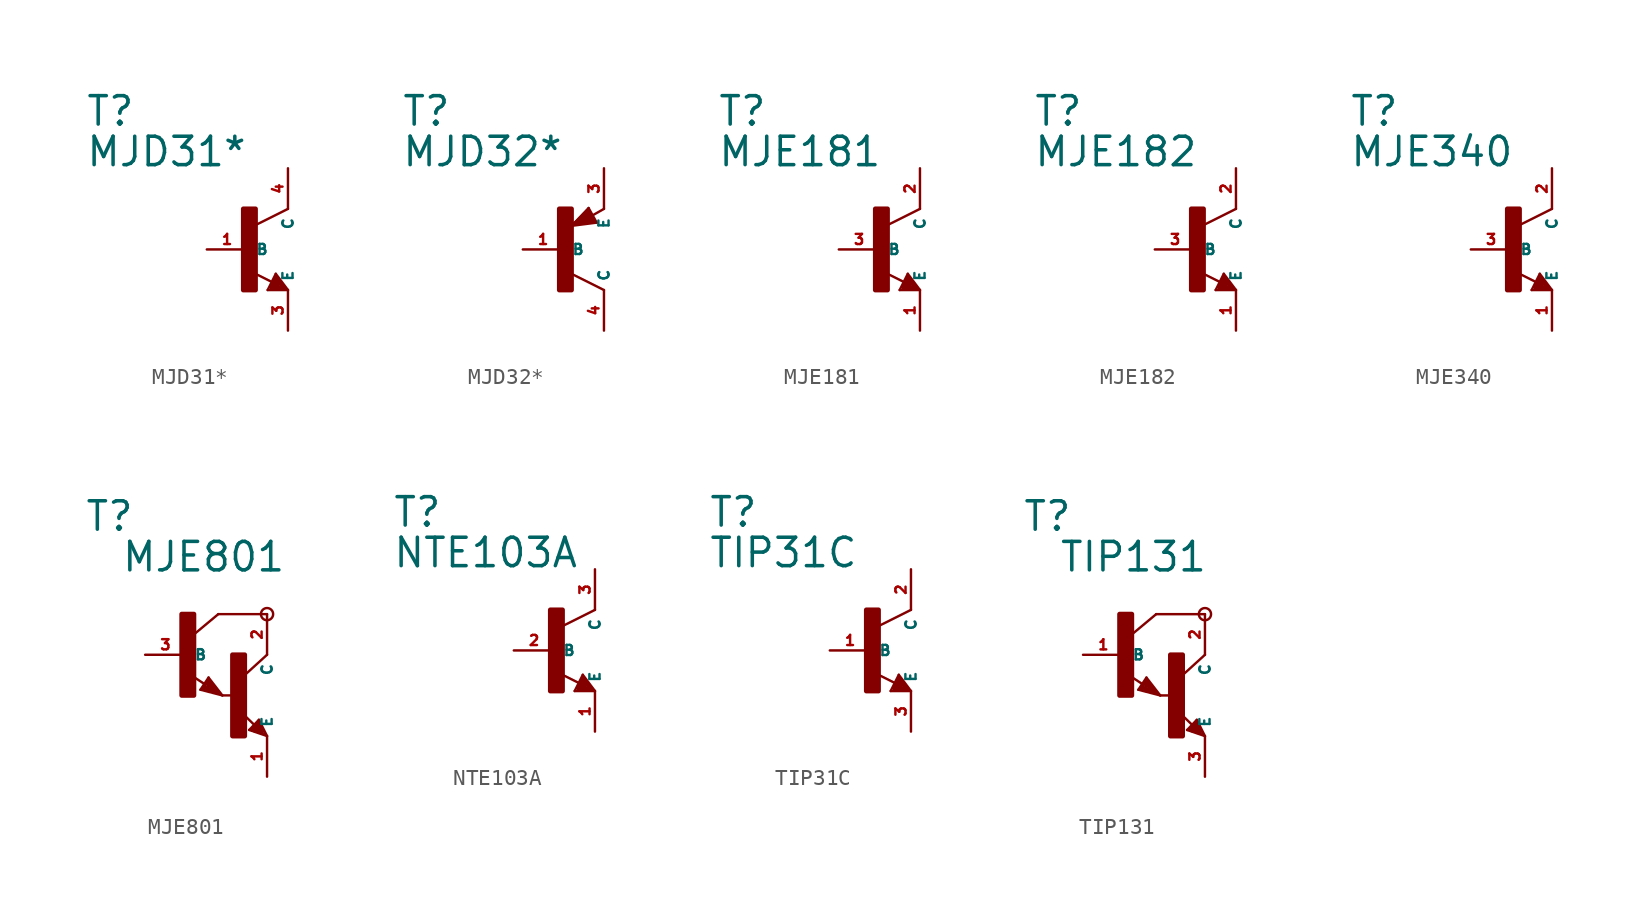
<source format=kicad_sym>
(kicad_symbol_lib
  (version 20220914)
  (generator Eagle2Kicad)
  (symbol "MJD31*"
    (property "Reference" "T"
      (at -10.16 7.62 0)
      (effects (font (size 1.778 1.778) (thickness 0.22)) (justify left bottom)))
    (property "Value" "MJD31*"
      (at -10.16 5.08 0)
      (effects (font (size 1.778 1.778) (thickness 0.22)) (justify left bottom)))
    (polyline
      (pts (xy 2.54 2.54) (xy 0.508 1.524))
      (stroke (width 0.152) (type default))
      (fill (type none)))
    (polyline
      (pts (xy 1.778 -1.524) (xy 2.54 -2.54))
      (stroke (width 0.152) (type default))
      (fill (type none)))
    (polyline
      (pts (xy 2.54 -2.54) (xy 1.27 -2.54))
      (stroke (width 0.152) (type default))
      (fill (type none)))
    (polyline
      (pts (xy 1.27 -2.54) (xy 1.778 -1.524))
      (stroke (width 0.152) (type default))
      (fill (type none)))
    (polyline
      (pts (xy 1.54 -2.04) (xy 0.308 -1.424))
      (stroke (width 0.152) (type default))
      (fill (type none)))
    (polyline
      (pts (xy 1.524 -2.413) (xy 2.286 -2.413))
      (stroke (width 0.254) (type default))
      (fill (type none)))
    (polyline
      (pts (xy 2.286 -2.413) (xy 1.778 -1.778))
      (stroke (width 0.254) (type default))
      (fill (type none)))
    (polyline
      (pts (xy 1.778 -1.778) (xy 1.524 -2.286))
      (stroke (width 0.254) (type default))
      (fill (type none)))
    (polyline
      (pts (xy 1.524 -2.286) (xy 1.905 -2.286))
      (stroke (width 0.254) (type default))
      (fill (type none)))
    (polyline
      (pts (xy 1.905 -2.286) (xy 1.778 -2.032))
      (stroke (width 0.254) (type default))
      (fill (type none)))
    (rectangle
      (start -0.254 -2.54)
      (end 0.508 2.54)
      (stroke (width 0.3) (type default))
      (fill (type outline)))
    (pin passive line
      (at -2.54 0 0)
      (length 2.54)
      (name "B" (effects (font (size 0.635 0.635) (thickness 0.08)) (justify left bottom)))
      (number "1" (effects (font (size 0.635 0.635) (thickness 0.08)) (justify left bottom))))
    (pin passive line
      (at 2.54 -5.08 90)
      (length 2.54)
      (name "E" (effects (font (size 0.635 0.635) (thickness 0.08)) (justify left bottom)))
      (number "3" (effects (font (size 0.635 0.635) (thickness 0.08)) (justify left bottom))))
    (pin passive line
      (at 2.54 5.08 270)
      (length 2.54)
      (name "C" (effects (font (size 0.635 0.635) (thickness 0.08)) (justify left bottom)))
      (number "4" (effects (font (size 0.635 0.635) (thickness 0.08)) (justify left bottom)))))
  (symbol "MJD32*"
    (property "Reference" "T"
      (at -10.16 7.62 0)
      (effects (font (size 1.778 1.778) (thickness 0.22)) (justify left bottom)))
    (property "Value" "MJD32*"
      (at -10.16 5.08 0)
      (effects (font (size 1.778 1.778) (thickness 0.22)) (justify left bottom)))
    (polyline
      (pts (xy 2.086 1.678) (xy 1.578 2.594))
      (stroke (width 0.152) (type default))
      (fill (type none)))
    (polyline
      (pts (xy 1.578 2.594) (xy 0.516 1.478))
      (stroke (width 0.152) (type default))
      (fill (type none)))
    (polyline
      (pts (xy 0.516 1.478) (xy 2.086 1.678))
      (stroke (width 0.152) (type default))
      (fill (type none)))
    (polyline
      (pts (xy 2.54 2.54) (xy 1.808 2.124))
      (stroke (width 0.152) (type default))
      (fill (type none)))
    (polyline
      (pts (xy 2.54 -2.54) (xy 0.508 -1.524))
      (stroke (width 0.152) (type default))
      (fill (type none)))
    (polyline
      (pts (xy 1.905 1.778) (xy 1.524 2.413))
      (stroke (width 0.254) (type default))
      (fill (type none)))
    (polyline
      (pts (xy 1.524 2.413) (xy 0.762 1.651))
      (stroke (width 0.254) (type default))
      (fill (type none)))
    (polyline
      (pts (xy 0.762 1.651) (xy 1.778 1.778))
      (stroke (width 0.254) (type default))
      (fill (type none)))
    (polyline
      (pts (xy 1.778 1.778) (xy 1.524 2.159))
      (stroke (width 0.254) (type default))
      (fill (type none)))
    (polyline
      (pts (xy 1.524 2.159) (xy 1.143 1.905))
      (stroke (width 0.254) (type default))
      (fill (type none)))
    (polyline
      (pts (xy 1.143 1.905) (xy 1.524 1.905))
      (stroke (width 0.254) (type default))
      (fill (type none)))
    (rectangle
      (start -0.254 -2.54)
      (end 0.508 2.54)
      (stroke (width 0.3) (type default))
      (fill (type outline)))
    (pin passive line
      (at -2.54 0 0)
      (length 2.54)
      (name "B" (effects (font (size 0.635 0.635) (thickness 0.08)) (justify left bottom)))
      (number "1" (effects (font (size 0.635 0.635) (thickness 0.08)) (justify left bottom))))
    (pin passive line
      (at 2.54 5.08 270)
      (length 2.54)
      (name "E" (effects (font (size 0.635 0.635) (thickness 0.08)) (justify left bottom)))
      (number "3" (effects (font (size 0.635 0.635) (thickness 0.08)) (justify left bottom))))
    (pin passive line
      (at 2.54 -5.08 90)
      (length 2.54)
      (name "C" (effects (font (size 0.635 0.635) (thickness 0.08)) (justify left bottom)))
      (number "4" (effects (font (size 0.635 0.635) (thickness 0.08)) (justify left bottom)))))
  (symbol "MJE181"
    (property "Reference" "T"
      (at -10.16 7.62 0)
      (effects (font (size 1.778 1.778) (thickness 0.22)) (justify left bottom)))
    (property "Value" "MJE181"
      (at -10.16 5.08 0)
      (effects (font (size 1.778 1.778) (thickness 0.22)) (justify left bottom)))
    (polyline
      (pts (xy 2.54 2.54) (xy 0.508 1.524))
      (stroke (width 0.152) (type default))
      (fill (type none)))
    (polyline
      (pts (xy 1.778 -1.524) (xy 2.54 -2.54))
      (stroke (width 0.152) (type default))
      (fill (type none)))
    (polyline
      (pts (xy 2.54 -2.54) (xy 1.27 -2.54))
      (stroke (width 0.152) (type default))
      (fill (type none)))
    (polyline
      (pts (xy 1.27 -2.54) (xy 1.778 -1.524))
      (stroke (width 0.152) (type default))
      (fill (type none)))
    (polyline
      (pts (xy 1.54 -2.04) (xy 0.308 -1.424))
      (stroke (width 0.152) (type default))
      (fill (type none)))
    (polyline
      (pts (xy 1.524 -2.413) (xy 2.286 -2.413))
      (stroke (width 0.254) (type default))
      (fill (type none)))
    (polyline
      (pts (xy 2.286 -2.413) (xy 1.778 -1.778))
      (stroke (width 0.254) (type default))
      (fill (type none)))
    (polyline
      (pts (xy 1.778 -1.778) (xy 1.524 -2.286))
      (stroke (width 0.254) (type default))
      (fill (type none)))
    (polyline
      (pts (xy 1.524 -2.286) (xy 1.905 -2.286))
      (stroke (width 0.254) (type default))
      (fill (type none)))
    (polyline
      (pts (xy 1.905 -2.286) (xy 1.778 -2.032))
      (stroke (width 0.254) (type default))
      (fill (type none)))
    (rectangle
      (start -0.254 -2.54)
      (end 0.508 2.54)
      (stroke (width 0.3) (type default))
      (fill (type outline)))
    (pin passive line
      (at -2.54 0 0)
      (length 2.54)
      (name "B" (effects (font (size 0.635 0.635) (thickness 0.08)) (justify left bottom)))
      (number "3" (effects (font (size 0.635 0.635) (thickness 0.08)) (justify left bottom))))
    (pin passive line
      (at 2.54 -5.08 90)
      (length 2.54)
      (name "E" (effects (font (size 0.635 0.635) (thickness 0.08)) (justify left bottom)))
      (number "1" (effects (font (size 0.635 0.635) (thickness 0.08)) (justify left bottom))))
    (pin passive line
      (at 2.54 5.08 270)
      (length 2.54)
      (name "C" (effects (font (size 0.635 0.635) (thickness 0.08)) (justify left bottom)))
      (number "2" (effects (font (size 0.635 0.635) (thickness 0.08)) (justify left bottom)))))
  (symbol "MJE182"
    (property "Reference" "T"
      (at -10.16 7.62 0)
      (effects (font (size 1.778 1.778) (thickness 0.22)) (justify left bottom)))
    (property "Value" "MJE182"
      (at -10.16 5.08 0)
      (effects (font (size 1.778 1.778) (thickness 0.22)) (justify left bottom)))
    (polyline
      (pts (xy 2.54 2.54) (xy 0.508 1.524))
      (stroke (width 0.152) (type default))
      (fill (type none)))
    (polyline
      (pts (xy 1.778 -1.524) (xy 2.54 -2.54))
      (stroke (width 0.152) (type default))
      (fill (type none)))
    (polyline
      (pts (xy 2.54 -2.54) (xy 1.27 -2.54))
      (stroke (width 0.152) (type default))
      (fill (type none)))
    (polyline
      (pts (xy 1.27 -2.54) (xy 1.778 -1.524))
      (stroke (width 0.152) (type default))
      (fill (type none)))
    (polyline
      (pts (xy 1.54 -2.04) (xy 0.308 -1.424))
      (stroke (width 0.152) (type default))
      (fill (type none)))
    (polyline
      (pts (xy 1.524 -2.413) (xy 2.286 -2.413))
      (stroke (width 0.254) (type default))
      (fill (type none)))
    (polyline
      (pts (xy 2.286 -2.413) (xy 1.778 -1.778))
      (stroke (width 0.254) (type default))
      (fill (type none)))
    (polyline
      (pts (xy 1.778 -1.778) (xy 1.524 -2.286))
      (stroke (width 0.254) (type default))
      (fill (type none)))
    (polyline
      (pts (xy 1.524 -2.286) (xy 1.905 -2.286))
      (stroke (width 0.254) (type default))
      (fill (type none)))
    (polyline
      (pts (xy 1.905 -2.286) (xy 1.778 -2.032))
      (stroke (width 0.254) (type default))
      (fill (type none)))
    (rectangle
      (start -0.254 -2.54)
      (end 0.508 2.54)
      (stroke (width 0.3) (type default))
      (fill (type outline)))
    (pin passive line
      (at -2.54 0 0)
      (length 2.54)
      (name "B" (effects (font (size 0.635 0.635) (thickness 0.08)) (justify left bottom)))
      (number "3" (effects (font (size 0.635 0.635) (thickness 0.08)) (justify left bottom))))
    (pin passive line
      (at 2.54 -5.08 90)
      (length 2.54)
      (name "E" (effects (font (size 0.635 0.635) (thickness 0.08)) (justify left bottom)))
      (number "1" (effects (font (size 0.635 0.635) (thickness 0.08)) (justify left bottom))))
    (pin passive line
      (at 2.54 5.08 270)
      (length 2.54)
      (name "C" (effects (font (size 0.635 0.635) (thickness 0.08)) (justify left bottom)))
      (number "2" (effects (font (size 0.635 0.635) (thickness 0.08)) (justify left bottom)))))
  (symbol "MJE340"
    (property "Reference" "T"
      (at -10.16 7.62 0)
      (effects (font (size 1.778 1.778) (thickness 0.22)) (justify left bottom)))
    (property "Value" "MJE340"
      (at -10.16 5.08 0)
      (effects (font (size 1.778 1.778) (thickness 0.22)) (justify left bottom)))
    (polyline
      (pts (xy 2.54 2.54) (xy 0.508 1.524))
      (stroke (width 0.152) (type default))
      (fill (type none)))
    (polyline
      (pts (xy 1.778 -1.524) (xy 2.54 -2.54))
      (stroke (width 0.152) (type default))
      (fill (type none)))
    (polyline
      (pts (xy 2.54 -2.54) (xy 1.27 -2.54))
      (stroke (width 0.152) (type default))
      (fill (type none)))
    (polyline
      (pts (xy 1.27 -2.54) (xy 1.778 -1.524))
      (stroke (width 0.152) (type default))
      (fill (type none)))
    (polyline
      (pts (xy 1.54 -2.04) (xy 0.308 -1.424))
      (stroke (width 0.152) (type default))
      (fill (type none)))
    (polyline
      (pts (xy 1.524 -2.413) (xy 2.286 -2.413))
      (stroke (width 0.254) (type default))
      (fill (type none)))
    (polyline
      (pts (xy 2.286 -2.413) (xy 1.778 -1.778))
      (stroke (width 0.254) (type default))
      (fill (type none)))
    (polyline
      (pts (xy 1.778 -1.778) (xy 1.524 -2.286))
      (stroke (width 0.254) (type default))
      (fill (type none)))
    (polyline
      (pts (xy 1.524 -2.286) (xy 1.905 -2.286))
      (stroke (width 0.254) (type default))
      (fill (type none)))
    (polyline
      (pts (xy 1.905 -2.286) (xy 1.778 -2.032))
      (stroke (width 0.254) (type default))
      (fill (type none)))
    (rectangle
      (start -0.254 -2.54)
      (end 0.508 2.54)
      (stroke (width 0.3) (type default))
      (fill (type outline)))
    (pin passive line
      (at -2.54 0 0)
      (length 2.54)
      (name "B" (effects (font (size 0.635 0.635) (thickness 0.08)) (justify left bottom)))
      (number "3" (effects (font (size 0.635 0.635) (thickness 0.08)) (justify left bottom))))
    (pin passive line
      (at 2.54 -5.08 90)
      (length 2.54)
      (name "E" (effects (font (size 0.635 0.635) (thickness 0.08)) (justify left bottom)))
      (number "1" (effects (font (size 0.635 0.635) (thickness 0.08)) (justify left bottom))))
    (pin passive line
      (at 2.54 5.08 270)
      (length 2.54)
      (name "C" (effects (font (size 0.635 0.635) (thickness 0.08)) (justify left bottom)))
      (number "2" (effects (font (size 0.635 0.635) (thickness 0.08)) (justify left bottom)))))
  (symbol "MJE801"
    (property "Reference" "T"
      (at -6.35 7.62 0)
      (effects (font (size 1.778 1.778) (thickness 0.22)) (justify left bottom)))
    (property "Value" "MJE801"
      (at -4.064 5.08 0)
      (effects (font (size 1.778 1.778) (thickness 0.22)) (justify left bottom)))
    (polyline
      (pts (xy 5.08 2.54) (xy 2.032 2.54))
      (stroke (width 0.152) (type default))
      (fill (type none)))
    (polyline
      (pts (xy 1.424 -1.424) (xy 2.286 -2.54))
      (stroke (width 0.152) (type default))
      (fill (type none)))
    (polyline
      (pts (xy 2.921 -2.54) (xy 2.286 -2.54))
      (stroke (width 0.152) (type default))
      (fill (type none)))
    (polyline
      (pts (xy 0.916 -2.186) (xy 1.424 -1.424))
      (stroke (width 0.152) (type default))
      (fill (type none)))
    (polyline
      (pts (xy 2.286 -2.54) (xy 0.916 -2.186))
      (stroke (width 0.152) (type default))
      (fill (type none)))
    (polyline
      (pts (xy 2.032 2.54) (xy 0.508 1.27))
      (stroke (width 0.152) (type default))
      (fill (type none)))
    (polyline
      (pts (xy 5.08 0) (xy 3.683 -1.27))
      (stroke (width 0.152) (type default))
      (fill (type none)))
    (polyline
      (pts (xy 5.08 -5.08) (xy 3.964 -4.699))
      (stroke (width 0.152) (type default))
      (fill (type none)))
    (polyline
      (pts (xy 4.572 -4.064) (xy 5.08 -5.08))
      (stroke (width 0.152) (type default))
      (fill (type none)))
    (polyline
      (pts (xy 3.964 -4.699) (xy 4.572 -4.064))
      (stroke (width 0.152) (type default))
      (fill (type none)))
    (polyline
      (pts (xy 1.186 -1.84) (xy 0.208 -1.197))
      (stroke (width 0.152) (type default))
      (fill (type none)))
    (polyline
      (pts (xy 4.28 -4.38) (xy 3.483 -3.61))
      (stroke (width 0.152) (type default))
      (fill (type none)))
    (polyline
      (pts (xy 2.159 -2.413) (xy 1.397 -1.524))
      (stroke (width 0.127) (type default))
      (fill (type none)))
    (polyline
      (pts (xy 1.397 -1.524) (xy 1.016 -2.159))
      (stroke (width 0.127) (type default))
      (fill (type none)))
    (polyline
      (pts (xy 1.016 -2.159) (xy 2.032 -2.413))
      (stroke (width 0.127) (type default))
      (fill (type none)))
    (polyline
      (pts (xy 2.032 -2.413) (xy 1.397 -1.651))
      (stroke (width 0.127) (type default))
      (fill (type none)))
    (polyline
      (pts (xy 1.397 -1.651) (xy 1.143 -2.032))
      (stroke (width 0.127) (type default))
      (fill (type none)))
    (polyline
      (pts (xy 1.143 -2.032) (xy 1.905 -2.286))
      (stroke (width 0.254) (type default))
      (fill (type none)))
    (polyline
      (pts (xy 1.905 -2.286) (xy 1.397 -1.778))
      (stroke (width 0.254) (type default))
      (fill (type none)))
    (polyline
      (pts (xy 1.397 -1.778) (xy 1.397 -1.905))
      (stroke (width 0.254) (type default))
      (fill (type none)))
    (polyline
      (pts (xy 4.953 -4.953) (xy 4.572 -4.191))
      (stroke (width 0.127) (type default))
      (fill (type none)))
    (polyline
      (pts (xy 4.572 -4.191) (xy 4.064 -4.699))
      (stroke (width 0.127) (type default))
      (fill (type none)))
    (polyline
      (pts (xy 4.064 -4.699) (xy 4.826 -4.953))
      (stroke (width 0.127) (type default))
      (fill (type none)))
    (polyline
      (pts (xy 4.826 -4.953) (xy 4.572 -4.318))
      (stroke (width 0.127) (type default))
      (fill (type none)))
    (polyline
      (pts (xy 4.572 -4.318) (xy 4.191 -4.699))
      (stroke (width 0.254) (type default))
      (fill (type none)))
    (polyline
      (pts (xy 4.191 -4.699) (xy 4.699 -4.826))
      (stroke (width 0.254) (type default))
      (fill (type none)))
    (polyline
      (pts (xy 4.699 -4.826) (xy 4.572 -4.572))
      (stroke (width 0.254) (type default))
      (fill (type none)))
    (polyline
      (pts (xy 4.572 -4.572) (xy 4.445 -4.572))
      (stroke (width 0.254) (type default))
      (fill (type none)))
    (circle
      (center 5.08 2.54)
      (radius 0.381)
      (stroke (width 0) (type default))
      (fill (type none)))
    (rectangle
      (start -0.254 -2.54)
      (end 0.508 2.54)
      (stroke (width 0.3) (type default))
      (fill (type outline)))
    (rectangle
      (start 2.921 -5.08)
      (end 3.683 0)
      (stroke (width 0.3) (type default))
      (fill (type outline)))
    (pin passive line
      (at -2.54 0 0)
      (length 2.54)
      (name "B" (effects (font (size 0.635 0.635) (thickness 0.08)) (justify left bottom)))
      (number "3" (effects (font (size 0.635 0.635) (thickness 0.08)) (justify left bottom))))
    (pin passive line
      (at 5.08 -7.62 90)
      (length 2.54)
      (name "E" (effects (font (size 0.635 0.635) (thickness 0.08)) (justify left bottom)))
      (number "1" (effects (font (size 0.635 0.635) (thickness 0.08)) (justify left bottom))))
    (pin passive line
      (at 5.08 2.54 270)
      (length 2.54)
      (name "C" (effects (font (size 0.635 0.635) (thickness 0.08)) (justify left bottom)))
      (number "2" (effects (font (size 0.635 0.635) (thickness 0.08)) (justify left bottom)))))
  (symbol "NTE103A"
    (property "Reference" "T"
      (at -10.16 7.62 0)
      (effects (font (size 1.778 1.778) (thickness 0.22)) (justify left bottom)))
    (property "Value" "NTE103A"
      (at -10.16 5.08 0)
      (effects (font (size 1.778 1.778) (thickness 0.22)) (justify left bottom)))
    (polyline
      (pts (xy 2.54 2.54) (xy 0.508 1.524))
      (stroke (width 0.152) (type default))
      (fill (type none)))
    (polyline
      (pts (xy 1.778 -1.524) (xy 2.54 -2.54))
      (stroke (width 0.152) (type default))
      (fill (type none)))
    (polyline
      (pts (xy 2.54 -2.54) (xy 1.27 -2.54))
      (stroke (width 0.152) (type default))
      (fill (type none)))
    (polyline
      (pts (xy 1.27 -2.54) (xy 1.778 -1.524))
      (stroke (width 0.152) (type default))
      (fill (type none)))
    (polyline
      (pts (xy 1.54 -2.04) (xy 0.308 -1.424))
      (stroke (width 0.152) (type default))
      (fill (type none)))
    (polyline
      (pts (xy 1.524 -2.413) (xy 2.286 -2.413))
      (stroke (width 0.254) (type default))
      (fill (type none)))
    (polyline
      (pts (xy 2.286 -2.413) (xy 1.778 -1.778))
      (stroke (width 0.254) (type default))
      (fill (type none)))
    (polyline
      (pts (xy 1.778 -1.778) (xy 1.524 -2.286))
      (stroke (width 0.254) (type default))
      (fill (type none)))
    (polyline
      (pts (xy 1.524 -2.286) (xy 1.905 -2.286))
      (stroke (width 0.254) (type default))
      (fill (type none)))
    (polyline
      (pts (xy 1.905 -2.286) (xy 1.778 -2.032))
      (stroke (width 0.254) (type default))
      (fill (type none)))
    (rectangle
      (start -0.254 -2.54)
      (end 0.508 2.54)
      (stroke (width 0.3) (type default))
      (fill (type outline)))
    (pin passive line
      (at -2.54 0 0)
      (length 2.54)
      (name "B" (effects (font (size 0.635 0.635) (thickness 0.08)) (justify left bottom)))
      (number "2" (effects (font (size 0.635 0.635) (thickness 0.08)) (justify left bottom))))
    (pin passive line
      (at 2.54 -5.08 90)
      (length 2.54)
      (name "E" (effects (font (size 0.635 0.635) (thickness 0.08)) (justify left bottom)))
      (number "1" (effects (font (size 0.635 0.635) (thickness 0.08)) (justify left bottom))))
    (pin passive line
      (at 2.54 5.08 270)
      (length 2.54)
      (name "C" (effects (font (size 0.635 0.635) (thickness 0.08)) (justify left bottom)))
      (number "3" (effects (font (size 0.635 0.635) (thickness 0.08)) (justify left bottom)))))
  (symbol "TIP31C"
    (property "Reference" "T"
      (at -10.16 7.62 0)
      (effects (font (size 1.778 1.778) (thickness 0.22)) (justify left bottom)))
    (property "Value" "TIP31C"
      (at -10.16 5.08 0)
      (effects (font (size 1.778 1.778) (thickness 0.22)) (justify left bottom)))
    (polyline
      (pts (xy 2.54 2.54) (xy 0.508 1.524))
      (stroke (width 0.152) (type default))
      (fill (type none)))
    (polyline
      (pts (xy 1.778 -1.524) (xy 2.54 -2.54))
      (stroke (width 0.152) (type default))
      (fill (type none)))
    (polyline
      (pts (xy 2.54 -2.54) (xy 1.27 -2.54))
      (stroke (width 0.152) (type default))
      (fill (type none)))
    (polyline
      (pts (xy 1.27 -2.54) (xy 1.778 -1.524))
      (stroke (width 0.152) (type default))
      (fill (type none)))
    (polyline
      (pts (xy 1.54 -2.04) (xy 0.308 -1.424))
      (stroke (width 0.152) (type default))
      (fill (type none)))
    (polyline
      (pts (xy 1.524 -2.413) (xy 2.286 -2.413))
      (stroke (width 0.254) (type default))
      (fill (type none)))
    (polyline
      (pts (xy 2.286 -2.413) (xy 1.778 -1.778))
      (stroke (width 0.254) (type default))
      (fill (type none)))
    (polyline
      (pts (xy 1.778 -1.778) (xy 1.524 -2.286))
      (stroke (width 0.254) (type default))
      (fill (type none)))
    (polyline
      (pts (xy 1.524 -2.286) (xy 1.905 -2.286))
      (stroke (width 0.254) (type default))
      (fill (type none)))
    (polyline
      (pts (xy 1.905 -2.286) (xy 1.778 -2.032))
      (stroke (width 0.254) (type default))
      (fill (type none)))
    (rectangle
      (start -0.254 -2.54)
      (end 0.508 2.54)
      (stroke (width 0.3) (type default))
      (fill (type outline)))
    (pin passive line
      (at -2.54 0 0)
      (length 2.54)
      (name "B" (effects (font (size 0.635 0.635) (thickness 0.08)) (justify left bottom)))
      (number "1" (effects (font (size 0.635 0.635) (thickness 0.08)) (justify left bottom))))
    (pin passive line
      (at 2.54 -5.08 90)
      (length 2.54)
      (name "E" (effects (font (size 0.635 0.635) (thickness 0.08)) (justify left bottom)))
      (number "3" (effects (font (size 0.635 0.635) (thickness 0.08)) (justify left bottom))))
    (pin passive line
      (at 2.54 5.08 270)
      (length 2.54)
      (name "C" (effects (font (size 0.635 0.635) (thickness 0.08)) (justify left bottom)))
      (number "2" (effects (font (size 0.635 0.635) (thickness 0.08)) (justify left bottom)))))
  (symbol "TIP131"
    (property "Reference" "T"
      (at -6.35 7.62 0)
      (effects (font (size 1.778 1.778) (thickness 0.22)) (justify left bottom)))
    (property "Value" "TIP131"
      (at -4.064 5.08 0)
      (effects (font (size 1.778 1.778) (thickness 0.22)) (justify left bottom)))
    (polyline
      (pts (xy 5.08 2.54) (xy 2.032 2.54))
      (stroke (width 0.152) (type default))
      (fill (type none)))
    (polyline
      (pts (xy 1.424 -1.424) (xy 2.286 -2.54))
      (stroke (width 0.152) (type default))
      (fill (type none)))
    (polyline
      (pts (xy 2.921 -2.54) (xy 2.286 -2.54))
      (stroke (width 0.152) (type default))
      (fill (type none)))
    (polyline
      (pts (xy 0.916 -2.186) (xy 1.424 -1.424))
      (stroke (width 0.152) (type default))
      (fill (type none)))
    (polyline
      (pts (xy 2.286 -2.54) (xy 0.916 -2.186))
      (stroke (width 0.152) (type default))
      (fill (type none)))
    (polyline
      (pts (xy 2.032 2.54) (xy 0.508 1.27))
      (stroke (width 0.152) (type default))
      (fill (type none)))
    (polyline
      (pts (xy 5.08 0) (xy 3.683 -1.27))
      (stroke (width 0.152) (type default))
      (fill (type none)))
    (polyline
      (pts (xy 5.08 -5.08) (xy 3.964 -4.699))
      (stroke (width 0.152) (type default))
      (fill (type none)))
    (polyline
      (pts (xy 4.572 -4.064) (xy 5.08 -5.08))
      (stroke (width 0.152) (type default))
      (fill (type none)))
    (polyline
      (pts (xy 3.964 -4.699) (xy 4.572 -4.064))
      (stroke (width 0.152) (type default))
      (fill (type none)))
    (polyline
      (pts (xy 1.186 -1.84) (xy 0.208 -1.197))
      (stroke (width 0.152) (type default))
      (fill (type none)))
    (polyline
      (pts (xy 4.28 -4.38) (xy 3.483 -3.61))
      (stroke (width 0.152) (type default))
      (fill (type none)))
    (polyline
      (pts (xy 2.159 -2.413) (xy 1.397 -1.524))
      (stroke (width 0.127) (type default))
      (fill (type none)))
    (polyline
      (pts (xy 1.397 -1.524) (xy 1.016 -2.159))
      (stroke (width 0.127) (type default))
      (fill (type none)))
    (polyline
      (pts (xy 1.016 -2.159) (xy 2.032 -2.413))
      (stroke (width 0.127) (type default))
      (fill (type none)))
    (polyline
      (pts (xy 2.032 -2.413) (xy 1.397 -1.651))
      (stroke (width 0.127) (type default))
      (fill (type none)))
    (polyline
      (pts (xy 1.397 -1.651) (xy 1.143 -2.032))
      (stroke (width 0.127) (type default))
      (fill (type none)))
    (polyline
      (pts (xy 1.143 -2.032) (xy 1.905 -2.286))
      (stroke (width 0.254) (type default))
      (fill (type none)))
    (polyline
      (pts (xy 1.905 -2.286) (xy 1.397 -1.778))
      (stroke (width 0.254) (type default))
      (fill (type none)))
    (polyline
      (pts (xy 1.397 -1.778) (xy 1.397 -1.905))
      (stroke (width 0.254) (type default))
      (fill (type none)))
    (polyline
      (pts (xy 4.953 -4.953) (xy 4.572 -4.191))
      (stroke (width 0.127) (type default))
      (fill (type none)))
    (polyline
      (pts (xy 4.572 -4.191) (xy 4.064 -4.699))
      (stroke (width 0.127) (type default))
      (fill (type none)))
    (polyline
      (pts (xy 4.064 -4.699) (xy 4.826 -4.953))
      (stroke (width 0.127) (type default))
      (fill (type none)))
    (polyline
      (pts (xy 4.826 -4.953) (xy 4.572 -4.318))
      (stroke (width 0.127) (type default))
      (fill (type none)))
    (polyline
      (pts (xy 4.572 -4.318) (xy 4.191 -4.699))
      (stroke (width 0.254) (type default))
      (fill (type none)))
    (polyline
      (pts (xy 4.191 -4.699) (xy 4.699 -4.826))
      (stroke (width 0.254) (type default))
      (fill (type none)))
    (polyline
      (pts (xy 4.699 -4.826) (xy 4.572 -4.572))
      (stroke (width 0.254) (type default))
      (fill (type none)))
    (polyline
      (pts (xy 4.572 -4.572) (xy 4.445 -4.572))
      (stroke (width 0.254) (type default))
      (fill (type none)))
    (circle
      (center 5.08 2.54)
      (radius 0.381)
      (stroke (width 0) (type default))
      (fill (type none)))
    (rectangle
      (start -0.254 -2.54)
      (end 0.508 2.54)
      (stroke (width 0.3) (type default))
      (fill (type outline)))
    (rectangle
      (start 2.921 -5.08)
      (end 3.683 0)
      (stroke (width 0.3) (type default))
      (fill (type outline)))
    (pin passive line
      (at -2.54 0 0)
      (length 2.54)
      (name "B" (effects (font (size 0.635 0.635) (thickness 0.08)) (justify left bottom)))
      (number "1" (effects (font (size 0.635 0.635) (thickness 0.08)) (justify left bottom))))
    (pin passive line
      (at 5.08 -7.62 90)
      (length 2.54)
      (name "E" (effects (font (size 0.635 0.635) (thickness 0.08)) (justify left bottom)))
      (number "3" (effects (font (size 0.635 0.635) (thickness 0.08)) (justify left bottom))))
    (pin passive line
      (at 5.08 2.54 270)
      (length 2.54)
      (name "C" (effects (font (size 0.635 0.635) (thickness 0.08)) (justify left bottom)))
      (number "2" (effects (font (size 0.635 0.635) (thickness 0.08)) (justify left bottom))))))
</source>
